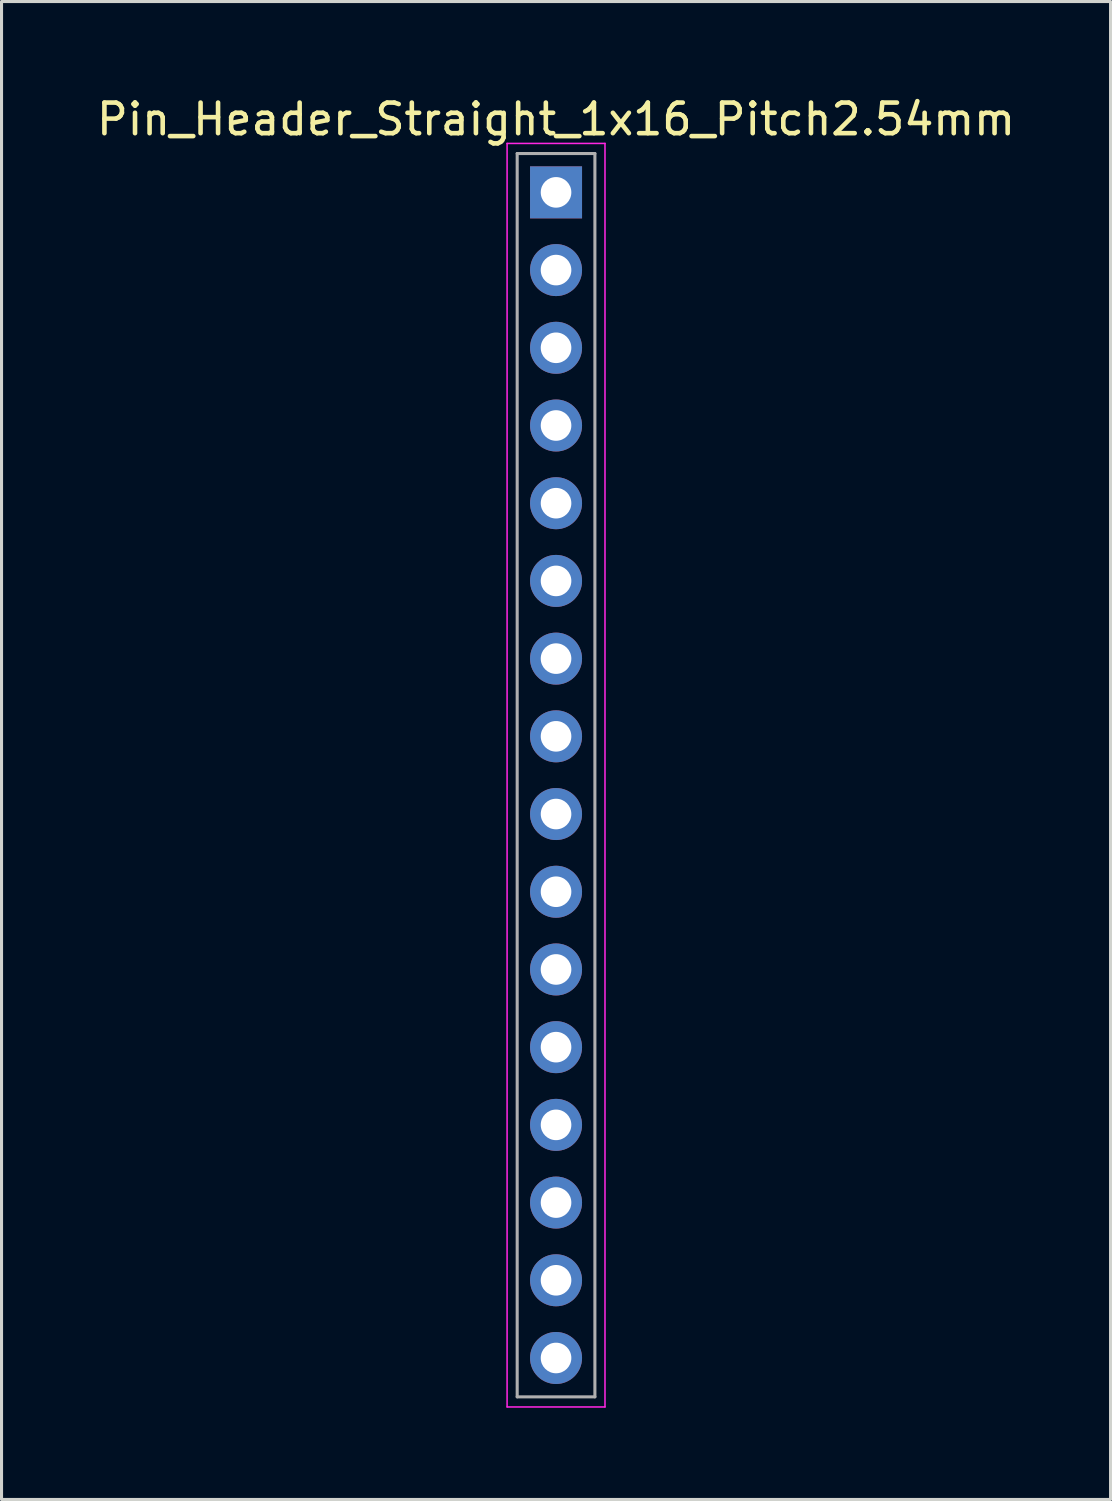
<source format=kicad_pcb>
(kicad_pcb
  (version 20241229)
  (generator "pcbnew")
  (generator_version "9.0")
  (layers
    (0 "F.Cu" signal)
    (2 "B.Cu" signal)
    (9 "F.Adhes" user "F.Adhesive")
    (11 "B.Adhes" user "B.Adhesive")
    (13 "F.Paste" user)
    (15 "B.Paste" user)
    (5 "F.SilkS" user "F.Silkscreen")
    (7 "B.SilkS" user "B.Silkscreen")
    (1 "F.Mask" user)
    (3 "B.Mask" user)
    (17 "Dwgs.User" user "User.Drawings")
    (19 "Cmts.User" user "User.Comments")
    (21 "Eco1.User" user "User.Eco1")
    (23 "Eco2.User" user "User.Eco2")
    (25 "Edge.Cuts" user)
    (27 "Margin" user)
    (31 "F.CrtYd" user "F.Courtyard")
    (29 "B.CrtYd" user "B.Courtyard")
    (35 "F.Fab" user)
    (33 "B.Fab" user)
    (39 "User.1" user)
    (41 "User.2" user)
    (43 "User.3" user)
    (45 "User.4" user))
  (footprint "Pin_Header_Straight_1x16_Pitch2.54mm"
    (layer "F.Cu")
    (at 15.125 3.238)
    (property "Reference" "Pin_Header_Straight_1x16_Pitch2.54mm" (at 0 -2.39 0) (layer "F.SilkS") (effects (font (size 1 1) (thickness 0.15))))
    (attr through_hole)
    (fp_line (start -1.6 -1.6) (end -1.6 39.7) (stroke (width 0.05) (type solid)) (layer "F.CrtYd"))
    (fp_line (start -1.6 39.7) (end 1.6 39.7) (stroke (width 0.05) (type solid)) (layer "F.CrtYd"))
    (fp_line (start 1.6 -1.6) (end -1.6 -1.6) (stroke (width 0.05) (type solid)) (layer "F.CrtYd"))
    (fp_line (start 1.6 39.7) (end 1.6 -1.6) (stroke (width 0.05) (type solid)) (layer "F.CrtYd"))
    (fp_line (start -1.27 -1.27) (end -1.27 39.37) (stroke (width 0.1) (type solid)) (layer "F.Fab"))
    (fp_line (start -1.27 39.37) (end 1.27 39.37) (stroke (width 0.1) (type solid)) (layer "F.Fab"))
    (fp_line (start 1.27 -1.27) (end -1.27 -1.27) (stroke (width 0.1) (type solid)) (layer "F.Fab"))
    (fp_line (start 1.27 39.37) (end 1.27 -1.27) (stroke (width 0.1) (type solid)) (layer "F.Fab"))
    (pad "1" thru_hole rect (at 0 0) (size 1.7 1.7) (drill 1) (layers "*.Cu" "*.Mask"))
    (pad "2" thru_hole oval (at 0 2.54) (size 1.7 1.7) (drill 1) (layers "*.Cu" "*.Mask"))
    (pad "3" thru_hole oval (at 0 5.08) (size 1.7 1.7) (drill 1) (layers "*.Cu" "*.Mask"))
    (pad "4" thru_hole oval (at 0 7.62) (size 1.7 1.7) (drill 1) (layers "*.Cu" "*.Mask"))
    (pad "5" thru_hole oval (at 0 10.16) (size 1.7 1.7) (drill 1) (layers "*.Cu" "*.Mask"))
    (pad "6" thru_hole oval (at 0 12.7) (size 1.7 1.7) (drill 1) (layers "*.Cu" "*.Mask"))
    (pad "7" thru_hole oval (at 0 15.24) (size 1.7 1.7) (drill 1) (layers "*.Cu" "*.Mask"))
    (pad "8" thru_hole oval (at 0 17.78) (size 1.7 1.7) (drill 1) (layers "*.Cu" "*.Mask"))
    (pad "9" thru_hole oval (at 0 20.32) (size 1.7 1.7) (drill 1) (layers "*.Cu" "*.Mask"))
    (pad "10" thru_hole oval (at 0 22.86) (size 1.7 1.7) (drill 1) (layers "*.Cu" "*.Mask"))
    (pad "11" thru_hole oval (at 0 25.4) (size 1.7 1.7) (drill 1) (layers "*.Cu" "*.Mask"))
    (pad "12" thru_hole oval (at 0 27.94) (size 1.7 1.7) (drill 1) (layers "*.Cu" "*.Mask"))
    (pad "13" thru_hole oval (at 0 30.48) (size 1.7 1.7) (drill 1) (layers "*.Cu" "*.Mask"))
    (pad "14" thru_hole oval (at 0 33.02) (size 1.7 1.7) (drill 1) (layers "*.Cu" "*.Mask"))
    (pad "15" thru_hole oval (at 0 35.56) (size 1.7 1.7) (drill 1) (layers "*.Cu" "*.Mask"))
    (pad "16" thru_hole oval (at 0 38.1) (size 1.7 1.7) (drill 1) (layers "*.Cu" "*.Mask")))
  (gr_rect
    (start -3 -3)
    (end 33.25 45.963)
    (stroke (width 0.1) (type default))
    (fill no)
    (layer "Edge.Cuts")))
</source>
